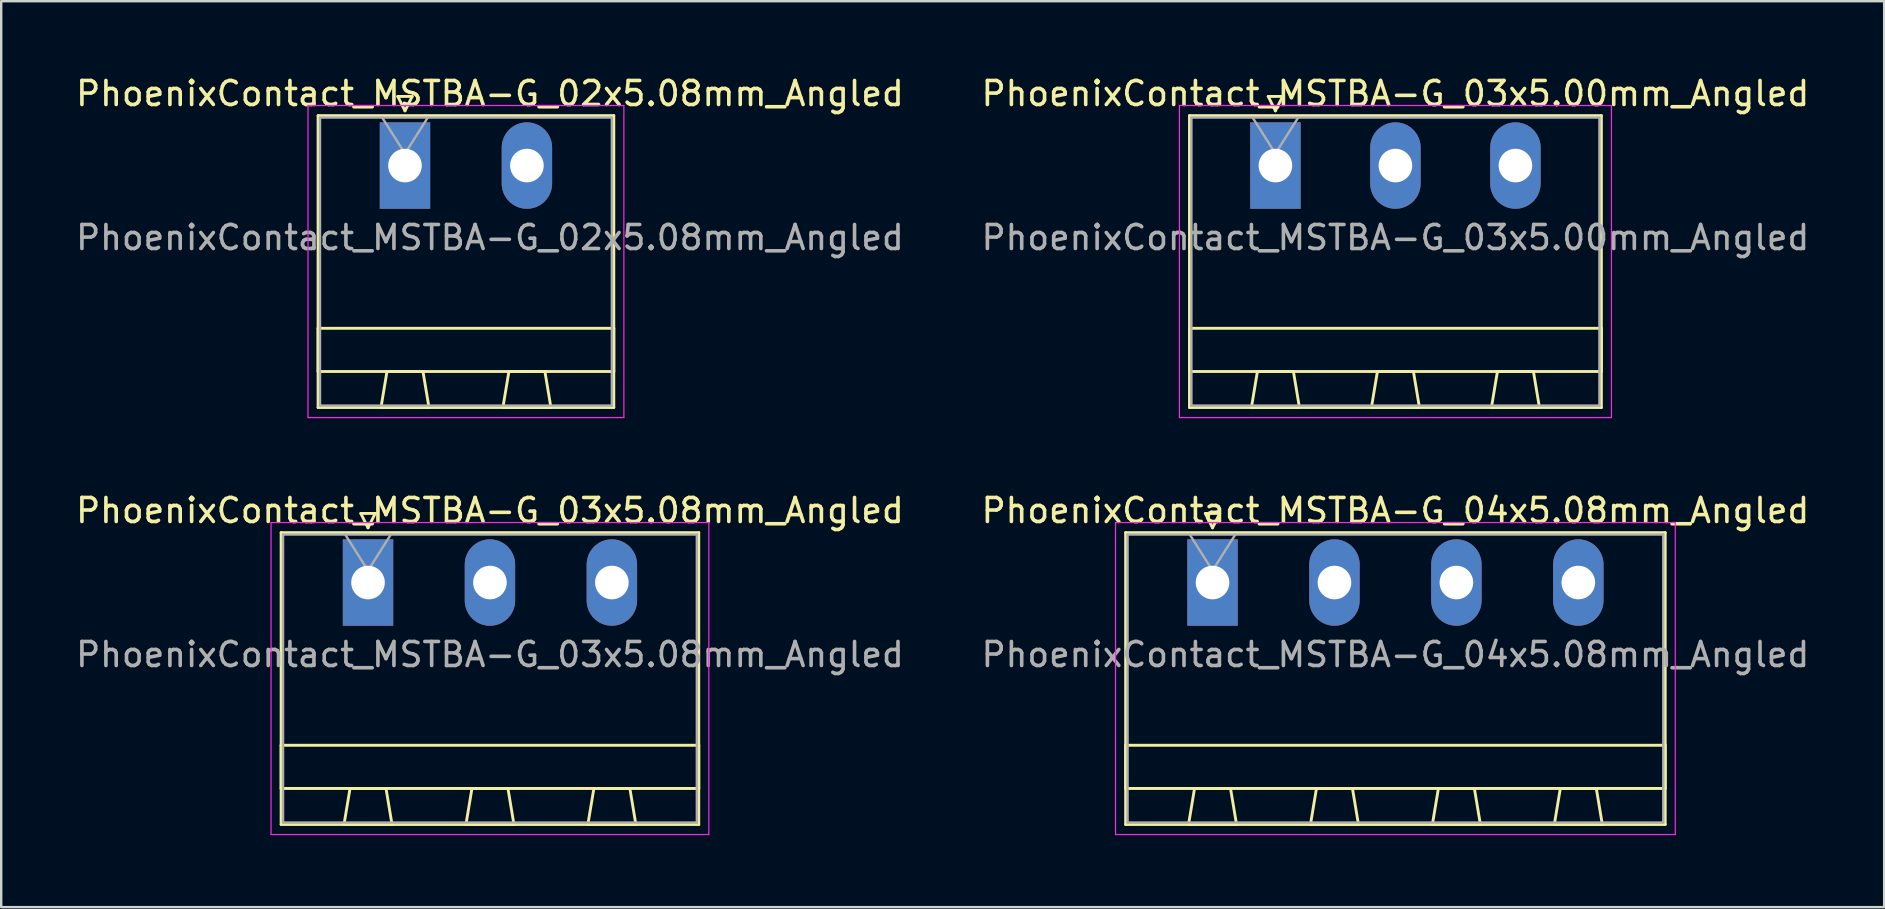
<source format=kicad_pcb>
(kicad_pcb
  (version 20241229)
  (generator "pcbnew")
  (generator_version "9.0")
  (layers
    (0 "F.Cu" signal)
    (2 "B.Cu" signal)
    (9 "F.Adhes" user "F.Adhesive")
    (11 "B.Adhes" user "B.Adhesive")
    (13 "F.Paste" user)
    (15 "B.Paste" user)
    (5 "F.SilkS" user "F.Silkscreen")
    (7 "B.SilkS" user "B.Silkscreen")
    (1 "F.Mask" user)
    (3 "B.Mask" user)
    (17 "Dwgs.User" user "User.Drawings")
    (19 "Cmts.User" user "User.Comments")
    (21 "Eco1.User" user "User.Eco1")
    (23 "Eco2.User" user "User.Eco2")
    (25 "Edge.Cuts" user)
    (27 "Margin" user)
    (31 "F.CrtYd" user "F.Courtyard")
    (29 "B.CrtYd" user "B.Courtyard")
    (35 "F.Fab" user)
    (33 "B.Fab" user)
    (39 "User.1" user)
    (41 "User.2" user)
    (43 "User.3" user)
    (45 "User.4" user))
  (footprint "PhoenixContact_MSTBA-G_02x5.08mm_Angled"
    (layer "F.Cu")
    (at 13.823 3.848)
    (property "Reference" "PhoenixContact_MSTBA-G_02x5.08mm_Angled" (at 3.54 -3 0) (layer "F.SilkS") (effects (font (size 1 1) (thickness 0.15))))
    (attr through_hole)
    (fp_line (start -3.62 -2.08) (end -3.62 10.08) (stroke (width 0.12) (type solid)) (layer "F.SilkS"))
    (fp_line (start -3.62 6.78) (end 8.7 6.78) (stroke (width 0.12) (type solid)) (layer "F.SilkS"))
    (fp_line (start -3.62 8.58) (end -3.62 6.78) (stroke (width 0.12) (type solid)) (layer "F.SilkS"))
    (fp_line (start -3.62 10.08) (end 8.7 10.08) (stroke (width 0.12) (type solid)) (layer "F.SilkS"))
    (fp_line (start -1 10.08) (end 1 10.08) (stroke (width 0.12) (type solid)) (layer "F.SilkS"))
    (fp_line (start -0.75 8.58) (end -1 10.08) (stroke (width 0.12) (type solid)) (layer "F.SilkS"))
    (fp_line (start -0.3 -2.88) (end 0.3 -2.88) (stroke (width 0.12) (type solid)) (layer "F.SilkS"))
    (fp_line (start 0 -2.28) (end -0.3 -2.88) (stroke (width 0.12) (type solid)) (layer "F.SilkS"))
    (fp_line (start 0.3 -2.88) (end 0 -2.28) (stroke (width 0.12) (type solid)) (layer "F.SilkS"))
    (fp_line (start 0.75 8.58) (end -0.75 8.58) (stroke (width 0.12) (type solid)) (layer "F.SilkS"))
    (fp_line (start 1 10.08) (end 0.75 8.58) (stroke (width 0.12) (type solid)) (layer "F.SilkS"))
    (fp_line (start 4.08 10.08) (end 6.08 10.08) (stroke (width 0.12) (type solid)) (layer "F.SilkS"))
    (fp_line (start 4.33 8.58) (end 4.08 10.08) (stroke (width 0.12) (type solid)) (layer "F.SilkS"))
    (fp_line (start 5.83 8.58) (end 4.33 8.58) (stroke (width 0.12) (type solid)) (layer "F.SilkS"))
    (fp_line (start 6.08 10.08) (end 5.83 8.58) (stroke (width 0.12) (type solid)) (layer "F.SilkS"))
    (fp_line (start 8.7 -2.08) (end -3.62 -2.08) (stroke (width 0.12) (type solid)) (layer "F.SilkS"))
    (fp_line (start 8.7 6.78) (end 8.7 8.58) (stroke (width 0.12) (type solid)) (layer "F.SilkS"))
    (fp_line (start 8.7 8.58) (end -3.62 8.58) (stroke (width 0.12) (type solid)) (layer "F.SilkS"))
    (fp_line (start 8.7 10.08) (end 8.7 -2.08) (stroke (width 0.12) (type solid)) (layer "F.SilkS"))
    (fp_line (start -4.04 -2.5) (end -4.04 10.5) (stroke (width 0.05) (type solid)) (layer "F.CrtYd"))
    (fp_line (start -4.04 10.5) (end 9.12 10.5) (stroke (width 0.05) (type solid)) (layer "F.CrtYd"))
    (fp_line (start 9.12 -2.5) (end -4.04 -2.5) (stroke (width 0.05) (type solid)) (layer "F.CrtYd"))
    (fp_line (start 9.12 10.5) (end 9.12 -2.5) (stroke (width 0.05) (type solid)) (layer "F.CrtYd"))
    (fp_line (start -3.54 -2) (end -3.54 10) (stroke (width 0.1) (type solid)) (layer "F.Fab"))
    (fp_line (start -3.54 10) (end 8.62 10) (stroke (width 0.1) (type solid)) (layer "F.Fab"))
    (fp_line (start 0 -0.5) (end -0.95 -2) (stroke (width 0.1) (type solid)) (layer "F.Fab"))
    (fp_line (start 0.95 -2) (end 0 -0.5) (stroke (width 0.1) (type solid)) (layer "F.Fab"))
    (fp_line (start 8.62 -2) (end -3.54 -2) (stroke (width 0.1) (type solid)) (layer "F.Fab"))
    (fp_line (start 8.62 10) (end 8.62 -2) (stroke (width 0.1) (type solid)) (layer "F.Fab"))
    (fp_text user "${REFERENCE}" (at 3.54 3 0) (layer "F.Fab") (effects (font (size 1 1) (thickness 0.15))))
    (pad "1" thru_hole rect (at 0 0) (size 2.1 3.6) (drill 1.4) (layers "*.Cu" "*.Mask"))
    (pad "2" thru_hole oval (at 5.08 0) (size 2.1 3.6) (drill 1.4) (layers "*.Cu" "*.Mask")))
  (footprint "PhoenixContact_MSTBA-G_03x5.00mm_Angled"
    (layer "F.Cu")
    (at 50.089 3.848)
    (property "Reference" "PhoenixContact_MSTBA-G_03x5.00mm_Angled" (at 5 -3 0) (layer "F.SilkS") (effects (font (size 1 1) (thickness 0.15))))
    (attr through_hole)
    (fp_line (start -3.58 -2.08) (end -3.58 10.08) (stroke (width 0.12) (type solid)) (layer "F.SilkS"))
    (fp_line (start -3.58 6.78) (end 13.58 6.78) (stroke (width 0.12) (type solid)) (layer "F.SilkS"))
    (fp_line (start -3.58 8.58) (end -3.58 6.78) (stroke (width 0.12) (type solid)) (layer "F.SilkS"))
    (fp_line (start -3.58 10.08) (end 13.58 10.08) (stroke (width 0.12) (type solid)) (layer "F.SilkS"))
    (fp_line (start -1 10.08) (end 1 10.08) (stroke (width 0.12) (type solid)) (layer "F.SilkS"))
    (fp_line (start -0.75 8.58) (end -1 10.08) (stroke (width 0.12) (type solid)) (layer "F.SilkS"))
    (fp_line (start -0.3 -2.88) (end 0.3 -2.88) (stroke (width 0.12) (type solid)) (layer "F.SilkS"))
    (fp_line (start 0 -2.28) (end -0.3 -2.88) (stroke (width 0.12) (type solid)) (layer "F.SilkS"))
    (fp_line (start 0.3 -2.88) (end 0 -2.28) (stroke (width 0.12) (type solid)) (layer "F.SilkS"))
    (fp_line (start 0.75 8.58) (end -0.75 8.58) (stroke (width 0.12) (type solid)) (layer "F.SilkS"))
    (fp_line (start 1 10.08) (end 0.75 8.58) (stroke (width 0.12) (type solid)) (layer "F.SilkS"))
    (fp_line (start 4 10.08) (end 6 10.08) (stroke (width 0.12) (type solid)) (layer "F.SilkS"))
    (fp_line (start 4.25 8.58) (end 4 10.08) (stroke (width 0.12) (type solid)) (layer "F.SilkS"))
    (fp_line (start 5.75 8.58) (end 4.25 8.58) (stroke (width 0.12) (type solid)) (layer "F.SilkS"))
    (fp_line (start 6 10.08) (end 5.75 8.58) (stroke (width 0.12) (type solid)) (layer "F.SilkS"))
    (fp_line (start 9 10.08) (end 11 10.08) (stroke (width 0.12) (type solid)) (layer "F.SilkS"))
    (fp_line (start 9.25 8.58) (end 9 10.08) (stroke (width 0.12) (type solid)) (layer "F.SilkS"))
    (fp_line (start 10.75 8.58) (end 9.25 8.58) (stroke (width 0.12) (type solid)) (layer "F.SilkS"))
    (fp_line (start 11 10.08) (end 10.75 8.58) (stroke (width 0.12) (type solid)) (layer "F.SilkS"))
    (fp_line (start 13.58 -2.08) (end -3.58 -2.08) (stroke (width 0.12) (type solid)) (layer "F.SilkS"))
    (fp_line (start 13.58 6.78) (end 13.58 8.58) (stroke (width 0.12) (type solid)) (layer "F.SilkS"))
    (fp_line (start 13.58 8.58) (end -3.58 8.58) (stroke (width 0.12) (type solid)) (layer "F.SilkS"))
    (fp_line (start 13.58 10.08) (end 13.58 -2.08) (stroke (width 0.12) (type solid)) (layer "F.SilkS"))
    (fp_line (start -4 -2.5) (end -4 10.5) (stroke (width 0.05) (type solid)) (layer "F.CrtYd"))
    (fp_line (start -4 10.5) (end 14 10.5) (stroke (width 0.05) (type solid)) (layer "F.CrtYd"))
    (fp_line (start 14 -2.5) (end -4 -2.5) (stroke (width 0.05) (type solid)) (layer "F.CrtYd"))
    (fp_line (start 14 10.5) (end 14 -2.5) (stroke (width 0.05) (type solid)) (layer "F.CrtYd"))
    (fp_line (start -3.5 -2) (end -3.5 10) (stroke (width 0.1) (type solid)) (layer "F.Fab"))
    (fp_line (start -3.5 10) (end 13.5 10) (stroke (width 0.1) (type solid)) (layer "F.Fab"))
    (fp_line (start 0 -0.5) (end -0.95 -2) (stroke (width 0.1) (type solid)) (layer "F.Fab"))
    (fp_line (start 0.95 -2) (end 0 -0.5) (stroke (width 0.1) (type solid)) (layer "F.Fab"))
    (fp_line (start 13.5 -2) (end -3.5 -2) (stroke (width 0.1) (type solid)) (layer "F.Fab"))
    (fp_line (start 13.5 10) (end 13.5 -2) (stroke (width 0.1) (type solid)) (layer "F.Fab"))
    (fp_text user "${REFERENCE}" (at 5 3 0) (layer "F.Fab") (effects (font (size 1 1) (thickness 0.15))))
    (pad "1" thru_hole rect (at 0 0) (size 2.1 3.6) (drill 1.4) (layers "*.Cu" "*.Mask"))
    (pad "2" thru_hole oval (at 5 0) (size 2.1 3.6) (drill 1.4) (layers "*.Cu" "*.Mask"))
    (pad "3" thru_hole oval (at 10 0) (size 2.1 3.6) (drill 1.4) (layers "*.Cu" "*.Mask")))
  (footprint "PhoenixContact_MSTBA-G_03x5.08mm_Angled"
    (layer "F.Cu")
    (at 12.283 21.221)
    (property "Reference" "PhoenixContact_MSTBA-G_03x5.08mm_Angled" (at 5.08 -3 0) (layer "F.SilkS") (effects (font (size 1 1) (thickness 0.15))))
    (attr through_hole)
    (fp_line (start -3.62 -2.08) (end -3.62 10.08) (stroke (width 0.12) (type solid)) (layer "F.SilkS"))
    (fp_line (start -3.62 6.78) (end 13.78 6.78) (stroke (width 0.12) (type solid)) (layer "F.SilkS"))
    (fp_line (start -3.62 8.58) (end -3.62 6.78) (stroke (width 0.12) (type solid)) (layer "F.SilkS"))
    (fp_line (start -3.62 10.08) (end 13.78 10.08) (stroke (width 0.12) (type solid)) (layer "F.SilkS"))
    (fp_line (start -1 10.08) (end 1 10.08) (stroke (width 0.12) (type solid)) (layer "F.SilkS"))
    (fp_line (start -0.75 8.58) (end -1 10.08) (stroke (width 0.12) (type solid)) (layer "F.SilkS"))
    (fp_line (start -0.3 -2.88) (end 0.3 -2.88) (stroke (width 0.12) (type solid)) (layer "F.SilkS"))
    (fp_line (start 0 -2.28) (end -0.3 -2.88) (stroke (width 0.12) (type solid)) (layer "F.SilkS"))
    (fp_line (start 0.3 -2.88) (end 0 -2.28) (stroke (width 0.12) (type solid)) (layer "F.SilkS"))
    (fp_line (start 0.75 8.58) (end -0.75 8.58) (stroke (width 0.12) (type solid)) (layer "F.SilkS"))
    (fp_line (start 1 10.08) (end 0.75 8.58) (stroke (width 0.12) (type solid)) (layer "F.SilkS"))
    (fp_line (start 4.08 10.08) (end 6.08 10.08) (stroke (width 0.12) (type solid)) (layer "F.SilkS"))
    (fp_line (start 4.33 8.58) (end 4.08 10.08) (stroke (width 0.12) (type solid)) (layer "F.SilkS"))
    (fp_line (start 5.83 8.58) (end 4.33 8.58) (stroke (width 0.12) (type solid)) (layer "F.SilkS"))
    (fp_line (start 6.08 10.08) (end 5.83 8.58) (stroke (width 0.12) (type solid)) (layer "F.SilkS"))
    (fp_line (start 9.16 10.08) (end 11.16 10.08) (stroke (width 0.12) (type solid)) (layer "F.SilkS"))
    (fp_line (start 9.41 8.58) (end 9.16 10.08) (stroke (width 0.12) (type solid)) (layer "F.SilkS"))
    (fp_line (start 10.91 8.58) (end 9.41 8.58) (stroke (width 0.12) (type solid)) (layer "F.SilkS"))
    (fp_line (start 11.16 10.08) (end 10.91 8.58) (stroke (width 0.12) (type solid)) (layer "F.SilkS"))
    (fp_line (start 13.78 -2.08) (end -3.62 -2.08) (stroke (width 0.12) (type solid)) (layer "F.SilkS"))
    (fp_line (start 13.78 6.78) (end 13.78 8.58) (stroke (width 0.12) (type solid)) (layer "F.SilkS"))
    (fp_line (start 13.78 8.58) (end -3.62 8.58) (stroke (width 0.12) (type solid)) (layer "F.SilkS"))
    (fp_line (start 13.78 10.08) (end 13.78 -2.08) (stroke (width 0.12) (type solid)) (layer "F.SilkS"))
    (fp_line (start -4.04 -2.5) (end -4.04 10.5) (stroke (width 0.05) (type solid)) (layer "F.CrtYd"))
    (fp_line (start -4.04 10.5) (end 14.2 10.5) (stroke (width 0.05) (type solid)) (layer "F.CrtYd"))
    (fp_line (start 14.2 -2.5) (end -4.04 -2.5) (stroke (width 0.05) (type solid)) (layer "F.CrtYd"))
    (fp_line (start 14.2 10.5) (end 14.2 -2.5) (stroke (width 0.05) (type solid)) (layer "F.CrtYd"))
    (fp_line (start -3.54 -2) (end -3.54 10) (stroke (width 0.1) (type solid)) (layer "F.Fab"))
    (fp_line (start -3.54 10) (end 13.7 10) (stroke (width 0.1) (type solid)) (layer "F.Fab"))
    (fp_line (start 0 -0.5) (end -0.95 -2) (stroke (width 0.1) (type solid)) (layer "F.Fab"))
    (fp_line (start 0.95 -2) (end 0 -0.5) (stroke (width 0.1) (type solid)) (layer "F.Fab"))
    (fp_line (start 13.7 -2) (end -3.54 -2) (stroke (width 0.1) (type solid)) (layer "F.Fab"))
    (fp_line (start 13.7 10) (end 13.7 -2) (stroke (width 0.1) (type solid)) (layer "F.Fab"))
    (fp_text user "${REFERENCE}" (at 5.08 3 0) (layer "F.Fab") (effects (font (size 1 1) (thickness 0.15))))
    (pad "1" thru_hole rect (at 0 0) (size 2.1 3.6) (drill 1.4) (layers "*.Cu" "*.Mask"))
    (pad "2" thru_hole oval (at 5.08 0) (size 2.1 3.6) (drill 1.4) (layers "*.Cu" "*.Mask"))
    (pad "3" thru_hole oval (at 10.16 0) (size 2.1 3.6) (drill 1.4) (layers "*.Cu" "*.Mask")))
  (footprint "PhoenixContact_MSTBA-G_04x5.08mm_Angled"
    (layer "F.Cu")
    (at 47.469 21.221)
    (property "Reference" "PhoenixContact_MSTBA-G_04x5.08mm_Angled" (at 7.62 -3 0) (layer "F.SilkS") (effects (font (size 1 1) (thickness 0.15))))
    (attr through_hole)
    (fp_line (start -3.62 -2.08) (end -3.62 10.08) (stroke (width 0.12) (type solid)) (layer "F.SilkS"))
    (fp_line (start -3.62 6.78) (end 18.86 6.78) (stroke (width 0.12) (type solid)) (layer "F.SilkS"))
    (fp_line (start -3.62 8.58) (end -3.62 6.78) (stroke (width 0.12) (type solid)) (layer "F.SilkS"))
    (fp_line (start -3.62 10.08) (end 18.86 10.08) (stroke (width 0.12) (type solid)) (layer "F.SilkS"))
    (fp_line (start -1 10.08) (end 1 10.08) (stroke (width 0.12) (type solid)) (layer "F.SilkS"))
    (fp_line (start -0.75 8.58) (end -1 10.08) (stroke (width 0.12) (type solid)) (layer "F.SilkS"))
    (fp_line (start -0.3 -2.88) (end 0.3 -2.88) (stroke (width 0.12) (type solid)) (layer "F.SilkS"))
    (fp_line (start 0 -2.28) (end -0.3 -2.88) (stroke (width 0.12) (type solid)) (layer "F.SilkS"))
    (fp_line (start 0.3 -2.88) (end 0 -2.28) (stroke (width 0.12) (type solid)) (layer "F.SilkS"))
    (fp_line (start 0.75 8.58) (end -0.75 8.58) (stroke (width 0.12) (type solid)) (layer "F.SilkS"))
    (fp_line (start 1 10.08) (end 0.75 8.58) (stroke (width 0.12) (type solid)) (layer "F.SilkS"))
    (fp_line (start 4.08 10.08) (end 6.08 10.08) (stroke (width 0.12) (type solid)) (layer "F.SilkS"))
    (fp_line (start 4.33 8.58) (end 4.08 10.08) (stroke (width 0.12) (type solid)) (layer "F.SilkS"))
    (fp_line (start 5.83 8.58) (end 4.33 8.58) (stroke (width 0.12) (type solid)) (layer "F.SilkS"))
    (fp_line (start 6.08 10.08) (end 5.83 8.58) (stroke (width 0.12) (type solid)) (layer "F.SilkS"))
    (fp_line (start 9.16 10.08) (end 11.16 10.08) (stroke (width 0.12) (type solid)) (layer "F.SilkS"))
    (fp_line (start 9.41 8.58) (end 9.16 10.08) (stroke (width 0.12) (type solid)) (layer "F.SilkS"))
    (fp_line (start 10.91 8.58) (end 9.41 8.58) (stroke (width 0.12) (type solid)) (layer "F.SilkS"))
    (fp_line (start 11.16 10.08) (end 10.91 8.58) (stroke (width 0.12) (type solid)) (layer "F.SilkS"))
    (fp_line (start 14.24 10.08) (end 16.24 10.08) (stroke (width 0.12) (type solid)) (layer "F.SilkS"))
    (fp_line (start 14.49 8.58) (end 14.24 10.08) (stroke (width 0.12) (type solid)) (layer "F.SilkS"))
    (fp_line (start 15.99 8.58) (end 14.49 8.58) (stroke (width 0.12) (type solid)) (layer "F.SilkS"))
    (fp_line (start 16.24 10.08) (end 15.99 8.58) (stroke (width 0.12) (type solid)) (layer "F.SilkS"))
    (fp_line (start 18.86 -2.08) (end -3.62 -2.08) (stroke (width 0.12) (type solid)) (layer "F.SilkS"))
    (fp_line (start 18.86 6.78) (end 18.86 8.58) (stroke (width 0.12) (type solid)) (layer "F.SilkS"))
    (fp_line (start 18.86 8.58) (end -3.62 8.58) (stroke (width 0.12) (type solid)) (layer "F.SilkS"))
    (fp_line (start 18.86 10.08) (end 18.86 -2.08) (stroke (width 0.12) (type solid)) (layer "F.SilkS"))
    (fp_line (start -4.04 -2.5) (end -4.04 10.5) (stroke (width 0.05) (type solid)) (layer "F.CrtYd"))
    (fp_line (start -4.04 10.5) (end 19.28 10.5) (stroke (width 0.05) (type solid)) (layer "F.CrtYd"))
    (fp_line (start 19.28 -2.5) (end -4.04 -2.5) (stroke (width 0.05) (type solid)) (layer "F.CrtYd"))
    (fp_line (start 19.28 10.5) (end 19.28 -2.5) (stroke (width 0.05) (type solid)) (layer "F.CrtYd"))
    (fp_line (start -3.54 -2) (end -3.54 10) (stroke (width 0.1) (type solid)) (layer "F.Fab"))
    (fp_line (start -3.54 10) (end 18.78 10) (stroke (width 0.1) (type solid)) (layer "F.Fab"))
    (fp_line (start 0 -0.5) (end -0.95 -2) (stroke (width 0.1) (type solid)) (layer "F.Fab"))
    (fp_line (start 0.95 -2) (end 0 -0.5) (stroke (width 0.1) (type solid)) (layer "F.Fab"))
    (fp_line (start 18.78 -2) (end -3.54 -2) (stroke (width 0.1) (type solid)) (layer "F.Fab"))
    (fp_line (start 18.78 10) (end 18.78 -2) (stroke (width 0.1) (type solid)) (layer "F.Fab"))
    (fp_text user "${REFERENCE}" (at 7.62 3 0) (layer "F.Fab") (effects (font (size 1 1) (thickness 0.15))))
    (pad "1" thru_hole rect (at 0 0) (size 2.1 3.6) (drill 1.4) (layers "*.Cu" "*.Mask"))
    (pad "2" thru_hole oval (at 5.08 0) (size 2.1 3.6) (drill 1.4) (layers "*.Cu" "*.Mask"))
    (pad "3" thru_hole oval (at 10.16 0) (size 2.1 3.6) (drill 1.4) (layers "*.Cu" "*.Mask"))
    (pad "4" thru_hole oval (at 15.24 0) (size 2.1 3.6) (drill 1.4) (layers "*.Cu" "*.Mask")))
  (gr_rect
    (start -3 -3)
    (end 75.452 34.746)
    (stroke (width 0.1) (type default))
    (fill no)
    (layer "Edge.Cuts")))
</source>
